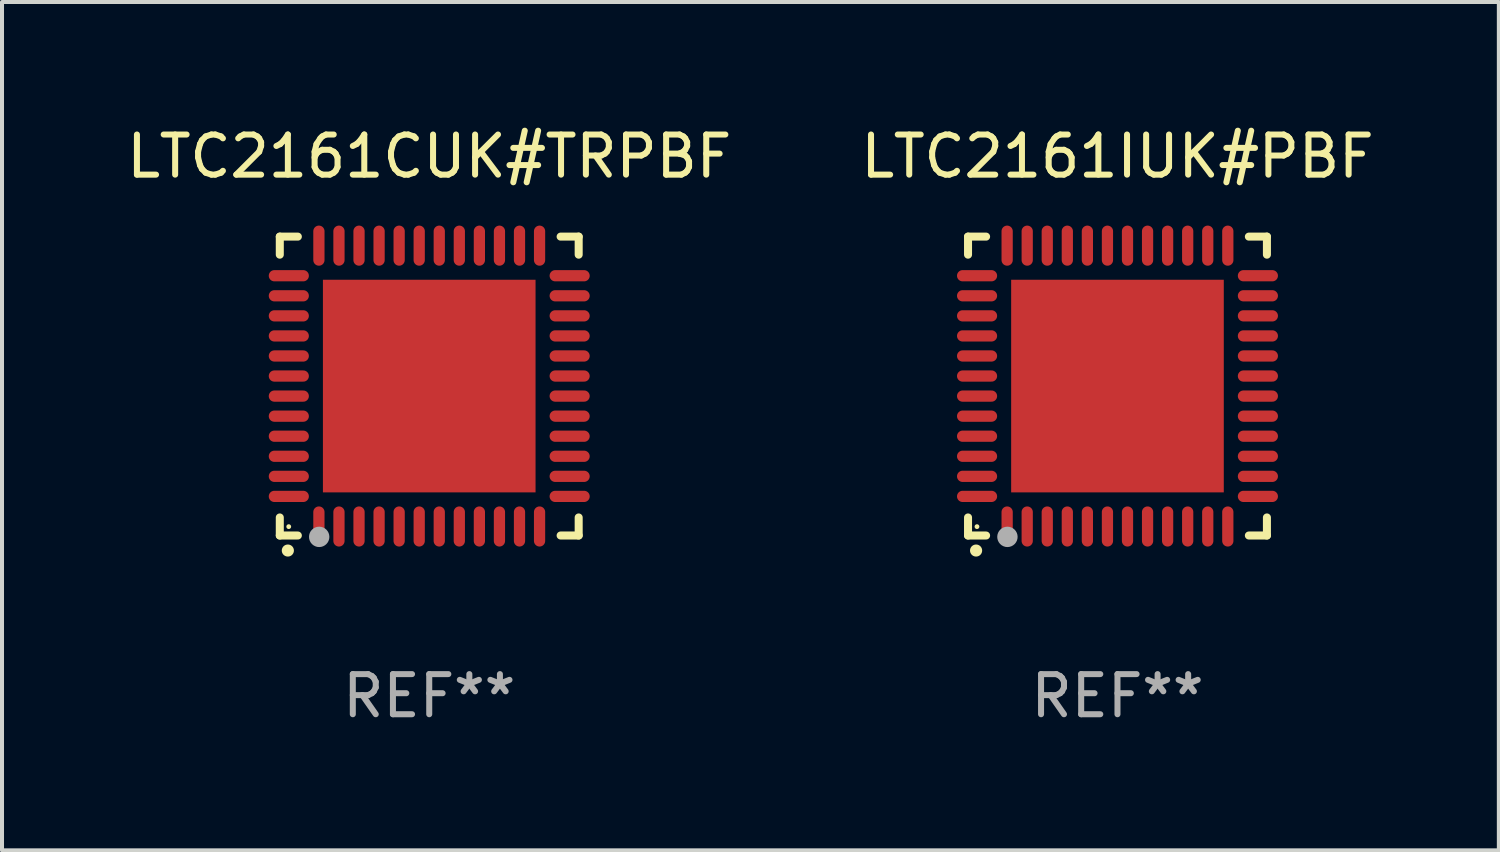
<source format=kicad_pcb>
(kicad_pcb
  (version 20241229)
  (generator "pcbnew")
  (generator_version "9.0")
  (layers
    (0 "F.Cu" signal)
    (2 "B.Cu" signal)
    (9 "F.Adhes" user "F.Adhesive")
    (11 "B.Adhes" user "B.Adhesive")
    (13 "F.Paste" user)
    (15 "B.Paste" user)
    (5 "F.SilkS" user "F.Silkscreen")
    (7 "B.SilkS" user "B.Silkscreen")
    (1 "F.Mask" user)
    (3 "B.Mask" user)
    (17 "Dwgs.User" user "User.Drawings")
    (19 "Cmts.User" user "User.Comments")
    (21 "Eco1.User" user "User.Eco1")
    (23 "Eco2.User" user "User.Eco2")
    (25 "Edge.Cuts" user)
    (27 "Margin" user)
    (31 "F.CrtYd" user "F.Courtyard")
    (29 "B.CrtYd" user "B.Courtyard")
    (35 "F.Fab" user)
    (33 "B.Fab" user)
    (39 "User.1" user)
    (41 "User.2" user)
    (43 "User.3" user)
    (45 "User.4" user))
  (footprint "LTC2161CUK#TRPBF"
    (layer "F.Cu")
    (at 7.649 6.573)
    (property "Reference" "LTC2161CUK#TRPBF" (at 0 -5.725 0) (layer "F.SilkS") (effects (font (size 1 1) (thickness 0.15))))
    (attr through_hole)
    (fp_line (start -3.725 -3.725) (end -3.275 -3.725) (stroke (width 0.2) (type solid)) (layer "F.SilkS"))
    (fp_line (start -3.725 -3.275) (end -3.725 -3.725) (stroke (width 0.2) (type solid)) (layer "F.SilkS"))
    (fp_line (start -3.725 3.725) (end -3.725 3.275) (stroke (width 0.2) (type solid)) (layer "F.SilkS"))
    (fp_line (start -3.275 3.725) (end -3.725 3.725) (stroke (width 0.2) (type solid)) (layer "F.SilkS"))
    (fp_line (start 3.275 3.725) (end 3.725 3.725) (stroke (width 0.2) (type solid)) (layer "F.SilkS"))
    (fp_line (start 3.725 -3.725) (end 3.275 -3.725) (stroke (width 0.2) (type solid)) (layer "F.SilkS"))
    (fp_line (start 3.725 -3.275) (end 3.725 -3.725) (stroke (width 0.2) (type solid)) (layer "F.SilkS"))
    (fp_line (start 3.725 3.725) (end 3.725 3.275) (stroke (width 0.2) (type solid)) (layer "F.SilkS"))
    (fp_arc (start -3.525527 4.099568) (mid -3.524257 4.099563) (end -3.522987 4.099568) (stroke (width 0.3) (type solid)) (layer "F.SilkS"))
    (fp_circle (center -3.502 3.504) (end -3.472 3.504) (stroke (width 0.06) (type solid)) (fill no) (layer "F.SilkS"))
    (fp_circle (center -2.743 3.759) (end -2.616 3.759) (stroke (width 0.254) (type solid)) (fill no) (layer "F.Fab"))
    (fp_text user "REF**" (at 0 7.725 0) (layer "F.Fab") (effects (font (size 1 1) (thickness 0.15))))
    (pad "1" smd oval (at -2.75 3.5) (size 0.28 1) (layers "F.Cu" "F.Mask" "F.Paste"))
    (pad "2" smd oval (at -2.25 3.5) (size 0.28 1) (layers "F.Cu" "F.Mask" "F.Paste"))
    (pad "3" smd oval (at -1.75 3.5) (size 0.28 1) (layers "F.Cu" "F.Mask" "F.Paste"))
    (pad "4" smd oval (at -1.25 3.5) (size 0.28 1) (layers "F.Cu" "F.Mask" "F.Paste"))
    (pad "5" smd oval (at -0.75 3.5) (size 0.28 1) (layers "F.Cu" "F.Mask" "F.Paste"))
    (pad "6" smd oval (at -0.25 3.5) (size 0.28 1) (layers "F.Cu" "F.Mask" "F.Paste"))
    (pad "7" smd oval (at 0.25 3.5) (size 0.28 1) (layers "F.Cu" "F.Mask" "F.Paste"))
    (pad "8" smd oval (at 0.75 3.5) (size 0.28 1) (layers "F.Cu" "F.Mask" "F.Paste"))
    (pad "9" smd oval (at 1.25 3.5) (size 0.28 1) (layers "F.Cu" "F.Mask" "F.Paste"))
    (pad "10" smd oval (at 1.75 3.5) (size 0.28 1) (layers "F.Cu" "F.Mask" "F.Paste"))
    (pad "11" smd oval (at 2.25 3.5) (size 0.28 1) (layers "F.Cu" "F.Mask" "F.Paste"))
    (pad "12" smd oval (at 2.75 3.5) (size 0.28 1) (layers "F.Cu" "F.Mask" "F.Paste"))
    (pad "13" smd oval (at 3.5 2.75) (size 1 0.28) (layers "F.Cu" "F.Mask" "F.Paste"))
    (pad "14" smd oval (at 3.5 2.25) (size 1 0.28) (layers "F.Cu" "F.Mask" "F.Paste"))
    (pad "15" smd oval (at 3.5 1.75) (size 1 0.28) (layers "F.Cu" "F.Mask" "F.Paste"))
    (pad "16" smd oval (at 3.5 1.25) (size 1 0.28) (layers "F.Cu" "F.Mask" "F.Paste"))
    (pad "17" smd oval (at 3.5 0.75) (size 1 0.28) (layers "F.Cu" "F.Mask" "F.Paste"))
    (pad "18" smd oval (at 3.5 0.25) (size 1 0.28) (layers "F.Cu" "F.Mask" "F.Paste"))
    (pad "19" smd oval (at 3.5 -0.25) (size 1 0.28) (layers "F.Cu" "F.Mask" "F.Paste"))
    (pad "20" smd oval (at 3.5 -0.75) (size 1 0.28) (layers "F.Cu" "F.Mask" "F.Paste"))
    (pad "21" smd oval (at 3.5 -1.25) (size 1 0.28) (layers "F.Cu" "F.Mask" "F.Paste"))
    (pad "22" smd oval (at 3.5 -1.75) (size 1 0.28) (layers "F.Cu" "F.Mask" "F.Paste"))
    (pad "23" smd oval (at 3.5 -2.25) (size 1 0.28) (layers "F.Cu" "F.Mask" "F.Paste"))
    (pad "24" smd oval (at 3.5 -2.75) (size 1 0.28) (layers "F.Cu" "F.Mask" "F.Paste"))
    (pad "25" smd oval (at 2.75 -3.5) (size 0.28 1) (layers "F.Cu" "F.Mask" "F.Paste"))
    (pad "26" smd oval (at 2.25 -3.5) (size 0.28 1) (layers "F.Cu" "F.Mask" "F.Paste"))
    (pad "27" smd oval (at 1.75 -3.5) (size 0.28 1) (layers "F.Cu" "F.Mask" "F.Paste"))
    (pad "28" smd oval (at 1.25 -3.5) (size 0.28 1) (layers "F.Cu" "F.Mask" "F.Paste"))
    (pad "29" smd oval (at 0.75 -3.5) (size 0.28 1) (layers "F.Cu" "F.Mask" "F.Paste"))
    (pad "30" smd oval (at 0.25 -3.5) (size 0.28 1) (layers "F.Cu" "F.Mask" "F.Paste"))
    (pad "31" smd oval (at -0.25 -3.5) (size 0.28 1) (layers "F.Cu" "F.Mask" "F.Paste"))
    (pad "32" smd oval (at -0.75 -3.5) (size 0.28 1) (layers "F.Cu" "F.Mask" "F.Paste"))
    (pad "33" smd oval (at -1.25 -3.5) (size 0.28 1) (layers "F.Cu" "F.Mask" "F.Paste"))
    (pad "34" smd oval (at -1.75 -3.5) (size 0.28 1) (layers "F.Cu" "F.Mask" "F.Paste"))
    (pad "35" smd oval (at -2.25 -3.5) (size 0.28 1) (layers "F.Cu" "F.Mask" "F.Paste"))
    (pad "36" smd oval (at -2.75 -3.5) (size 0.28 1) (layers "F.Cu" "F.Mask" "F.Paste"))
    (pad "37" smd oval (at -3.5 -2.75) (size 1 0.28) (layers "F.Cu" "F.Mask" "F.Paste"))
    (pad "38" smd oval (at -3.5 -2.25) (size 1 0.28) (layers "F.Cu" "F.Mask" "F.Paste"))
    (pad "39" smd oval (at -3.5 -1.75) (size 1 0.28) (layers "F.Cu" "F.Mask" "F.Paste"))
    (pad "40" smd oval (at -3.5 -1.25) (size 1 0.28) (layers "F.Cu" "F.Mask" "F.Paste"))
    (pad "41" smd oval (at -3.5 -0.75) (size 1 0.28) (layers "F.Cu" "F.Mask" "F.Paste"))
    (pad "42" smd oval (at -3.5 -0.25) (size 1 0.28) (layers "F.Cu" "F.Mask" "F.Paste"))
    (pad "43" smd oval (at -3.5 0.25) (size 1 0.28) (layers "F.Cu" "F.Mask" "F.Paste"))
    (pad "44" smd oval (at -3.5 0.75) (size 1 0.28) (layers "F.Cu" "F.Mask" "F.Paste"))
    (pad "45" smd oval (at -3.5 1.25) (size 1 0.28) (layers "F.Cu" "F.Mask" "F.Paste"))
    (pad "46" smd oval (at -3.5 1.75) (size 1 0.28) (layers "F.Cu" "F.Mask" "F.Paste"))
    (pad "47" smd oval (at -3.5 2.25) (size 1 0.28) (layers "F.Cu" "F.Mask" "F.Paste"))
    (pad "48" smd oval (at -3.5 2.75) (size 1 0.28) (layers "F.Cu" "F.Mask" "F.Paste"))
    (pad "49" smd rect (at 0 0) (size 5.3 5.3) (layers "F.Cu" "F.Mask" "F.Paste")))
  (footprint "LTC2161IUK#PBF"
    (layer "F.Cu")
    (at 24.804 6.573)
    (property "Reference" "LTC2161IUK#PBF" (at 0 -5.725 0) (layer "F.SilkS") (effects (font (size 1 1) (thickness 0.15))))
    (attr through_hole)
    (fp_line (start -3.725 -3.725) (end -3.275 -3.725) (stroke (width 0.2) (type solid)) (layer "F.SilkS"))
    (fp_line (start -3.725 -3.275) (end -3.725 -3.725) (stroke (width 0.2) (type solid)) (layer "F.SilkS"))
    (fp_line (start -3.725 3.725) (end -3.725 3.275) (stroke (width 0.2) (type solid)) (layer "F.SilkS"))
    (fp_line (start -3.275 3.725) (end -3.725 3.725) (stroke (width 0.2) (type solid)) (layer "F.SilkS"))
    (fp_line (start 3.275 3.725) (end 3.725 3.725) (stroke (width 0.2) (type solid)) (layer "F.SilkS"))
    (fp_line (start 3.725 -3.725) (end 3.275 -3.725) (stroke (width 0.2) (type solid)) (layer "F.SilkS"))
    (fp_line (start 3.725 -3.275) (end 3.725 -3.725) (stroke (width 0.2) (type solid)) (layer "F.SilkS"))
    (fp_line (start 3.725 3.725) (end 3.725 3.275) (stroke (width 0.2) (type solid)) (layer "F.SilkS"))
    (fp_arc (start -3.525527 4.099568) (mid -3.524257 4.099563) (end -3.522987 4.099568) (stroke (width 0.3) (type solid)) (layer "F.SilkS"))
    (fp_circle (center -3.502 3.504) (end -3.472 3.504) (stroke (width 0.06) (type solid)) (fill no) (layer "F.SilkS"))
    (fp_circle (center -2.743 3.759) (end -2.616 3.759) (stroke (width 0.254) (type solid)) (fill no) (layer "F.Fab"))
    (fp_text user "REF**" (at 0 7.725 0) (layer "F.Fab") (effects (font (size 1 1) (thickness 0.15))))
    (pad "1" smd oval (at -2.75 3.5) (size 0.28 1) (layers "F.Cu" "F.Mask" "F.Paste"))
    (pad "2" smd oval (at -2.25 3.5) (size 0.28 1) (layers "F.Cu" "F.Mask" "F.Paste"))
    (pad "3" smd oval (at -1.75 3.5) (size 0.28 1) (layers "F.Cu" "F.Mask" "F.Paste"))
    (pad "4" smd oval (at -1.25 3.5) (size 0.28 1) (layers "F.Cu" "F.Mask" "F.Paste"))
    (pad "5" smd oval (at -0.75 3.5) (size 0.28 1) (layers "F.Cu" "F.Mask" "F.Paste"))
    (pad "6" smd oval (at -0.25 3.5) (size 0.28 1) (layers "F.Cu" "F.Mask" "F.Paste"))
    (pad "7" smd oval (at 0.25 3.5) (size 0.28 1) (layers "F.Cu" "F.Mask" "F.Paste"))
    (pad "8" smd oval (at 0.75 3.5) (size 0.28 1) (layers "F.Cu" "F.Mask" "F.Paste"))
    (pad "9" smd oval (at 1.25 3.5) (size 0.28 1) (layers "F.Cu" "F.Mask" "F.Paste"))
    (pad "10" smd oval (at 1.75 3.5) (size 0.28 1) (layers "F.Cu" "F.Mask" "F.Paste"))
    (pad "11" smd oval (at 2.25 3.5) (size 0.28 1) (layers "F.Cu" "F.Mask" "F.Paste"))
    (pad "12" smd oval (at 2.75 3.5) (size 0.28 1) (layers "F.Cu" "F.Mask" "F.Paste"))
    (pad "13" smd oval (at 3.5 2.75) (size 1 0.28) (layers "F.Cu" "F.Mask" "F.Paste"))
    (pad "14" smd oval (at 3.5 2.25) (size 1 0.28) (layers "F.Cu" "F.Mask" "F.Paste"))
    (pad "15" smd oval (at 3.5 1.75) (size 1 0.28) (layers "F.Cu" "F.Mask" "F.Paste"))
    (pad "16" smd oval (at 3.5 1.25) (size 1 0.28) (layers "F.Cu" "F.Mask" "F.Paste"))
    (pad "17" smd oval (at 3.5 0.75) (size 1 0.28) (layers "F.Cu" "F.Mask" "F.Paste"))
    (pad "18" smd oval (at 3.5 0.25) (size 1 0.28) (layers "F.Cu" "F.Mask" "F.Paste"))
    (pad "19" smd oval (at 3.5 -0.25) (size 1 0.28) (layers "F.Cu" "F.Mask" "F.Paste"))
    (pad "20" smd oval (at 3.5 -0.75) (size 1 0.28) (layers "F.Cu" "F.Mask" "F.Paste"))
    (pad "21" smd oval (at 3.5 -1.25) (size 1 0.28) (layers "F.Cu" "F.Mask" "F.Paste"))
    (pad "22" smd oval (at 3.5 -1.75) (size 1 0.28) (layers "F.Cu" "F.Mask" "F.Paste"))
    (pad "23" smd oval (at 3.5 -2.25) (size 1 0.28) (layers "F.Cu" "F.Mask" "F.Paste"))
    (pad "24" smd oval (at 3.5 -2.75) (size 1 0.28) (layers "F.Cu" "F.Mask" "F.Paste"))
    (pad "25" smd oval (at 2.75 -3.5) (size 0.28 1) (layers "F.Cu" "F.Mask" "F.Paste"))
    (pad "26" smd oval (at 2.25 -3.5) (size 0.28 1) (layers "F.Cu" "F.Mask" "F.Paste"))
    (pad "27" smd oval (at 1.75 -3.5) (size 0.28 1) (layers "F.Cu" "F.Mask" "F.Paste"))
    (pad "28" smd oval (at 1.25 -3.5) (size 0.28 1) (layers "F.Cu" "F.Mask" "F.Paste"))
    (pad "29" smd oval (at 0.75 -3.5) (size 0.28 1) (layers "F.Cu" "F.Mask" "F.Paste"))
    (pad "30" smd oval (at 0.25 -3.5) (size 0.28 1) (layers "F.Cu" "F.Mask" "F.Paste"))
    (pad "31" smd oval (at -0.25 -3.5) (size 0.28 1) (layers "F.Cu" "F.Mask" "F.Paste"))
    (pad "32" smd oval (at -0.75 -3.5) (size 0.28 1) (layers "F.Cu" "F.Mask" "F.Paste"))
    (pad "33" smd oval (at -1.25 -3.5) (size 0.28 1) (layers "F.Cu" "F.Mask" "F.Paste"))
    (pad "34" smd oval (at -1.75 -3.5) (size 0.28 1) (layers "F.Cu" "F.Mask" "F.Paste"))
    (pad "35" smd oval (at -2.25 -3.5) (size 0.28 1) (layers "F.Cu" "F.Mask" "F.Paste"))
    (pad "36" smd oval (at -2.75 -3.5) (size 0.28 1) (layers "F.Cu" "F.Mask" "F.Paste"))
    (pad "37" smd oval (at -3.5 -2.75) (size 1 0.28) (layers "F.Cu" "F.Mask" "F.Paste"))
    (pad "38" smd oval (at -3.5 -2.25) (size 1 0.28) (layers "F.Cu" "F.Mask" "F.Paste"))
    (pad "39" smd oval (at -3.5 -1.75) (size 1 0.28) (layers "F.Cu" "F.Mask" "F.Paste"))
    (pad "40" smd oval (at -3.5 -1.25) (size 1 0.28) (layers "F.Cu" "F.Mask" "F.Paste"))
    (pad "41" smd oval (at -3.5 -0.75) (size 1 0.28) (layers "F.Cu" "F.Mask" "F.Paste"))
    (pad "42" smd oval (at -3.5 -0.25) (size 1 0.28) (layers "F.Cu" "F.Mask" "F.Paste"))
    (pad "43" smd oval (at -3.5 0.25) (size 1 0.28) (layers "F.Cu" "F.Mask" "F.Paste"))
    (pad "44" smd oval (at -3.5 0.75) (size 1 0.28) (layers "F.Cu" "F.Mask" "F.Paste"))
    (pad "45" smd oval (at -3.5 1.25) (size 1 0.28) (layers "F.Cu" "F.Mask" "F.Paste"))
    (pad "46" smd oval (at -3.5 1.75) (size 1 0.28) (layers "F.Cu" "F.Mask" "F.Paste"))
    (pad "47" smd oval (at -3.5 2.25) (size 1 0.28) (layers "F.Cu" "F.Mask" "F.Paste"))
    (pad "48" smd oval (at -3.5 2.75) (size 1 0.28) (layers "F.Cu" "F.Mask" "F.Paste"))
    (pad "49" smd rect (at 0 0) (size 5.3 5.3) (layers "F.Cu" "F.Mask" "F.Paste")))
  (gr_rect
    (start -3 -3)
    (end 34.31 18.146)
    (stroke (width 0.1) (type default))
    (fill no)
    (layer "Edge.Cuts")))
</source>
